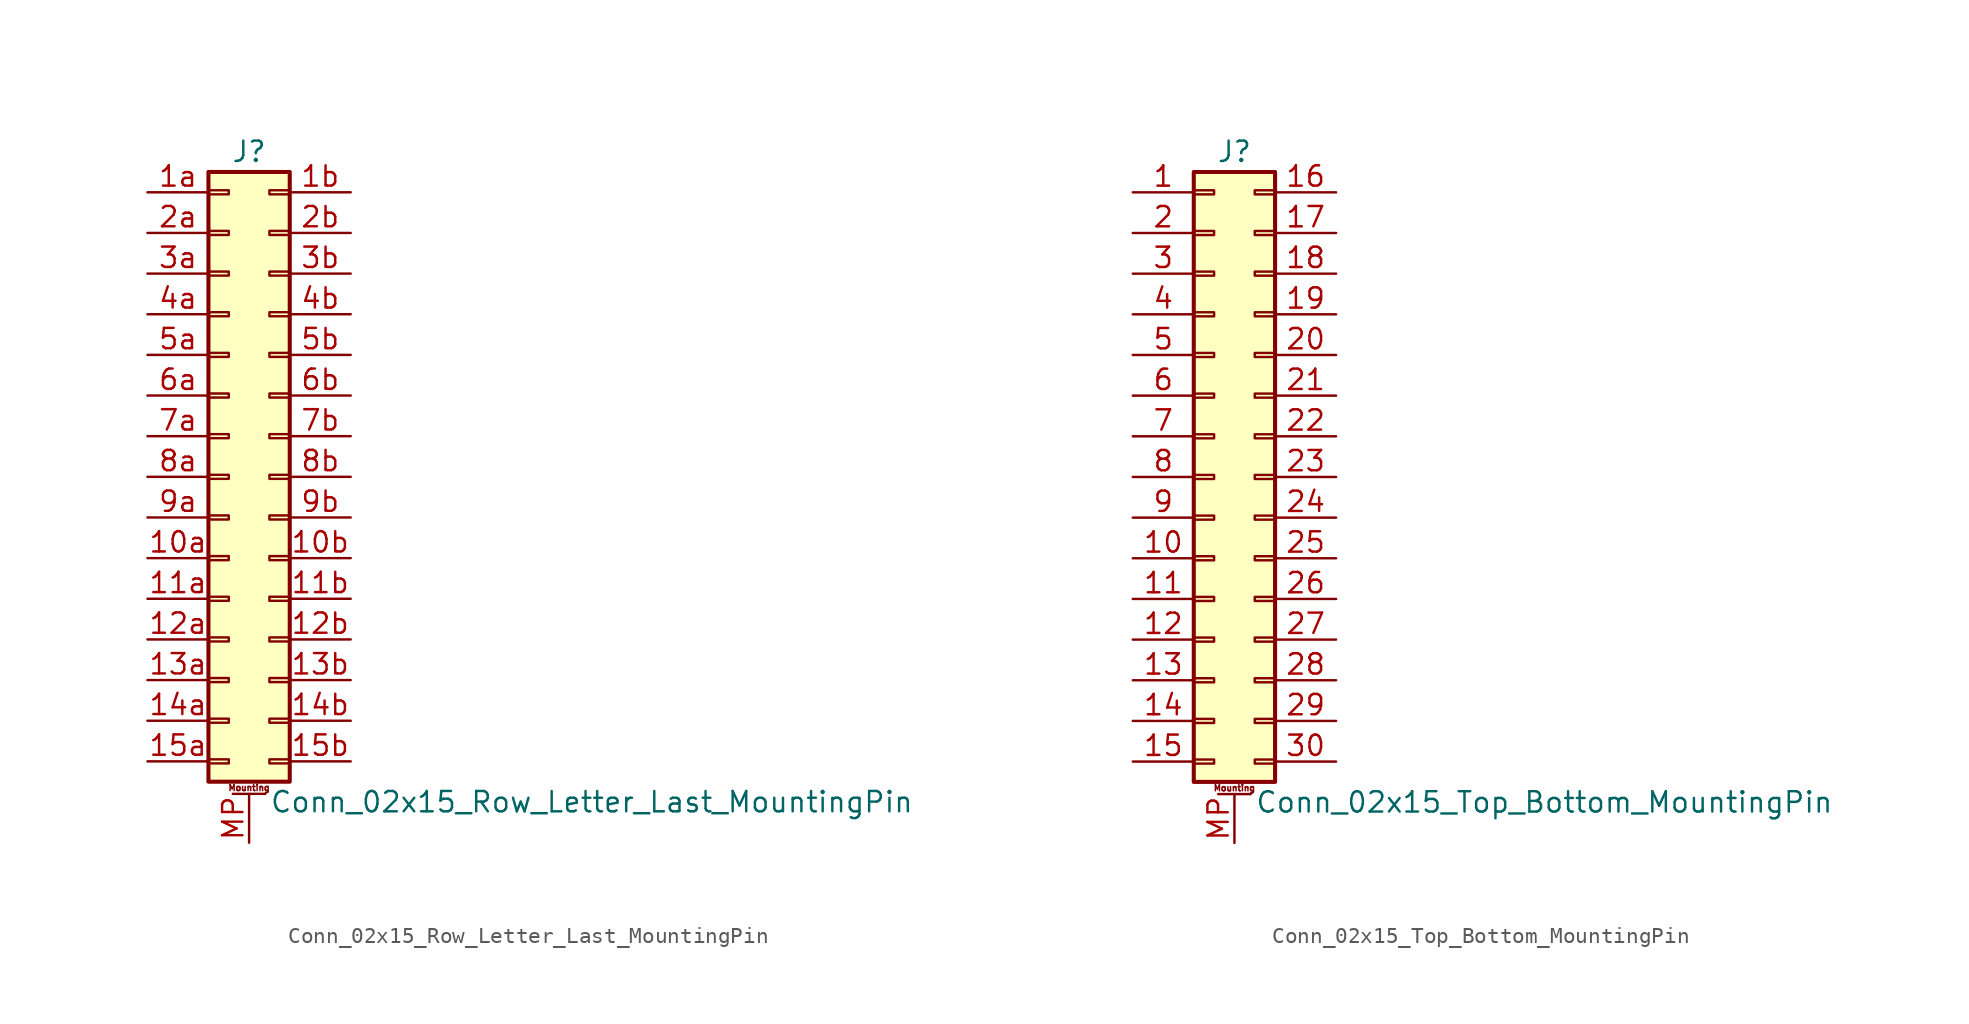
<source format=kicad_sym>
(kicad_symbol_lib
  (version 20201005)
  (generator kicad_symbol_editor)
  (symbol "Conn_02x15_Row_Letter_Last_MountingPin"
    (pin_names
      (offset 1.016) hide)
    (property "Reference" "J"
      (at 1.27 20.32 0)
      (effects (font (size 1.27 1.27))))
    (property "Value" "Conn_02x15_Row_Letter_Last_MountingPin"
      (at 2.54 -20.32 0)
      (effects (font (size 1.27 1.27)) (justify left)))
    (symbol "Conn_02x15_Row_Letter_Last_MountingPin_1_1"
      (text "Mounting" (at 1.27 -19.431 0) (effects (font (size 0.381 0.381))))
      (rectangle (start -1.27 -17.653) (end 0 -17.907) (stroke (width 0.152)) (fill (type none)))
      (rectangle (start -1.27 -15.113) (end 0 -15.367) (stroke (width 0.152)) (fill (type none)))
      (rectangle (start -1.27 -12.573) (end 0 -12.827) (stroke (width 0.152)) (fill (type none)))
      (rectangle (start -1.27 -10.033) (end 0 -10.287) (stroke (width 0.152)) (fill (type none)))
      (rectangle (start -1.27 -7.493) (end 0 -7.747) (stroke (width 0.152)) (fill (type none)))
      (rectangle (start -1.27 -4.953) (end 0 -5.207) (stroke (width 0.152)) (fill (type none)))
      (rectangle (start -1.27 -2.413) (end 0 -2.667) (stroke (width 0.152)) (fill (type none)))
      (rectangle (start -1.27 0.127) (end 0 -0.127) (stroke (width 0.152)) (fill (type none)))
      (rectangle (start -1.27 2.667) (end 0 2.413) (stroke (width 0.152)) (fill (type none)))
      (rectangle (start -1.27 5.207) (end 0 4.953) (stroke (width 0.152)) (fill (type none)))
      (rectangle (start -1.27 7.747) (end 0 7.493) (stroke (width 0.152)) (fill (type none)))
      (rectangle (start -1.27 10.287) (end 0 10.033) (stroke (width 0.152)) (fill (type none)))
      (rectangle (start -1.27 12.827) (end 0 12.573) (stroke (width 0.152)) (fill (type none)))
      (rectangle (start -1.27 15.367) (end 0 15.113) (stroke (width 0.152)) (fill (type none)))
      (rectangle (start -1.27 17.907) (end 0 17.653) (stroke (width 0.152)) (fill (type none)))
      (rectangle (start -1.27 19.05) (end 3.81 -19.05) (stroke (width 0.254)) (fill (type background)))
      (rectangle (start 3.81 -17.653) (end 2.54 -17.907) (stroke (width 0.152)) (fill (type none)))
      (rectangle (start 3.81 -15.113) (end 2.54 -15.367) (stroke (width 0.152)) (fill (type none)))
      (rectangle (start 3.81 -12.573) (end 2.54 -12.827) (stroke (width 0.152)) (fill (type none)))
      (rectangle (start 3.81 -10.033) (end 2.54 -10.287) (stroke (width 0.152)) (fill (type none)))
      (rectangle (start 3.81 -7.493) (end 2.54 -7.747) (stroke (width 0.152)) (fill (type none)))
      (rectangle (start 3.81 -4.953) (end 2.54 -5.207) (stroke (width 0.152)) (fill (type none)))
      (rectangle (start 3.81 -2.413) (end 2.54 -2.667) (stroke (width 0.152)) (fill (type none)))
      (rectangle (start 3.81 0.127) (end 2.54 -0.127) (stroke (width 0.152)) (fill (type none)))
      (rectangle (start 3.81 2.667) (end 2.54 2.413) (stroke (width 0.152)) (fill (type none)))
      (rectangle (start 3.81 5.207) (end 2.54 4.953) (stroke (width 0.152)) (fill (type none)))
      (rectangle (start 3.81 7.747) (end 2.54 7.493) (stroke (width 0.152)) (fill (type none)))
      (rectangle (start 3.81 10.287) (end 2.54 10.033) (stroke (width 0.152)) (fill (type none)))
      (rectangle (start 3.81 12.827) (end 2.54 12.573) (stroke (width 0.152)) (fill (type none)))
      (rectangle (start 3.81 15.367) (end 2.54 15.113) (stroke (width 0.152)) (fill (type none)))
      (rectangle (start 3.81 17.907) (end 2.54 17.653) (stroke (width 0.152)) (fill (type none)))
      (polyline (pts (xy 0.254 -19.812) (xy 2.286 -19.812)) (stroke (width 0.152)) (fill (type none)))
      (pin passive line (at -5.08 -5.08 0) (length 3.81) (name "Pin_10a" (effects (font (size 1.27 1.27)))) (number "10a" (effects (font (size 1.27 1.27)))))
      (pin passive line (at 7.62 -5.08 180) (length 3.81) (name "Pin_10b" (effects (font (size 1.27 1.27)))) (number "10b" (effects (font (size 1.27 1.27)))))
      (pin passive line (at -5.08 -7.62 0) (length 3.81) (name "Pin_11a" (effects (font (size 1.27 1.27)))) (number "11a" (effects (font (size 1.27 1.27)))))
      (pin passive line (at 7.62 -7.62 180) (length 3.81) (name "Pin_11b" (effects (font (size 1.27 1.27)))) (number "11b" (effects (font (size 1.27 1.27)))))
      (pin passive line (at -5.08 -10.16 0) (length 3.81) (name "Pin_12a" (effects (font (size 1.27 1.27)))) (number "12a" (effects (font (size 1.27 1.27)))))
      (pin passive line (at 7.62 -10.16 180) (length 3.81) (name "Pin_12b" (effects (font (size 1.27 1.27)))) (number "12b" (effects (font (size 1.27 1.27)))))
      (pin passive line (at -5.08 -12.7 0) (length 3.81) (name "Pin_13a" (effects (font (size 1.27 1.27)))) (number "13a" (effects (font (size 1.27 1.27)))))
      (pin passive line (at 7.62 -12.7 180) (length 3.81) (name "Pin_13b" (effects (font (size 1.27 1.27)))) (number "13b" (effects (font (size 1.27 1.27)))))
      (pin passive line (at -5.08 -15.24 0) (length 3.81) (name "Pin_14a" (effects (font (size 1.27 1.27)))) (number "14a" (effects (font (size 1.27 1.27)))))
      (pin passive line (at 7.62 -15.24 180) (length 3.81) (name "Pin_14b" (effects (font (size 1.27 1.27)))) (number "14b" (effects (font (size 1.27 1.27)))))
      (pin passive line (at -5.08 -17.78 0) (length 3.81) (name "Pin_15a" (effects (font (size 1.27 1.27)))) (number "15a" (effects (font (size 1.27 1.27)))))
      (pin passive line (at 7.62 -17.78 180) (length 3.81) (name "Pin_15b" (effects (font (size 1.27 1.27)))) (number "15b" (effects (font (size 1.27 1.27)))))
      (pin passive line (at -5.08 17.78 0) (length 3.81) (name "Pin_1a" (effects (font (size 1.27 1.27)))) (number "1a" (effects (font (size 1.27 1.27)))))
      (pin passive line (at 7.62 17.78 180) (length 3.81) (name "Pin_1b" (effects (font (size 1.27 1.27)))) (number "1b" (effects (font (size 1.27 1.27)))))
      (pin passive line (at -5.08 15.24 0) (length 3.81) (name "Pin_2a" (effects (font (size 1.27 1.27)))) (number "2a" (effects (font (size 1.27 1.27)))))
      (pin passive line (at 7.62 15.24 180) (length 3.81) (name "Pin_2b" (effects (font (size 1.27 1.27)))) (number "2b" (effects (font (size 1.27 1.27)))))
      (pin passive line (at -5.08 12.7 0) (length 3.81) (name "Pin_3a" (effects (font (size 1.27 1.27)))) (number "3a" (effects (font (size 1.27 1.27)))))
      (pin passive line (at 7.62 12.7 180) (length 3.81) (name "Pin_3b" (effects (font (size 1.27 1.27)))) (number "3b" (effects (font (size 1.27 1.27)))))
      (pin passive line (at -5.08 10.16 0) (length 3.81) (name "Pin_4a" (effects (font (size 1.27 1.27)))) (number "4a" (effects (font (size 1.27 1.27)))))
      (pin passive line (at 7.62 10.16 180) (length 3.81) (name "Pin_4b" (effects (font (size 1.27 1.27)))) (number "4b" (effects (font (size 1.27 1.27)))))
      (pin passive line (at -5.08 7.62 0) (length 3.81) (name "Pin_5a" (effects (font (size 1.27 1.27)))) (number "5a" (effects (font (size 1.27 1.27)))))
      (pin passive line (at 7.62 7.62 180) (length 3.81) (name "Pin_5b" (effects (font (size 1.27 1.27)))) (number "5b" (effects (font (size 1.27 1.27)))))
      (pin passive line (at -5.08 5.08 0) (length 3.81) (name "Pin_6a" (effects (font (size 1.27 1.27)))) (number "6a" (effects (font (size 1.27 1.27)))))
      (pin passive line (at 7.62 5.08 180) (length 3.81) (name "Pin_6b" (effects (font (size 1.27 1.27)))) (number "6b" (effects (font (size 1.27 1.27)))))
      (pin passive line (at -5.08 2.54 0) (length 3.81) (name "Pin_7a" (effects (font (size 1.27 1.27)))) (number "7a" (effects (font (size 1.27 1.27)))))
      (pin passive line (at 7.62 2.54 180) (length 3.81) (name "Pin_7b" (effects (font (size 1.27 1.27)))) (number "7b" (effects (font (size 1.27 1.27)))))
      (pin passive line (at -5.08 0 0) (length 3.81) (name "Pin_8a" (effects (font (size 1.27 1.27)))) (number "8a" (effects (font (size 1.27 1.27)))))
      (pin passive line (at 7.62 0 180) (length 3.81) (name "Pin_8b" (effects (font (size 1.27 1.27)))) (number "8b" (effects (font (size 1.27 1.27)))))
      (pin passive line (at -5.08 -2.54 0) (length 3.81) (name "Pin_9a" (effects (font (size 1.27 1.27)))) (number "9a" (effects (font (size 1.27 1.27)))))
      (pin passive line (at 7.62 -2.54 180) (length 3.81) (name "Pin_9b" (effects (font (size 1.27 1.27)))) (number "9b" (effects (font (size 1.27 1.27)))))
      (pin passive line (at 1.27 -22.86 90) (length 3.048) (name "MountPin" (effects (font (size 1.27 1.27)))) (number "MP" (effects (font (size 1.27 1.27)))))))
  (symbol "Conn_02x15_Top_Bottom_MountingPin"
    (pin_names
      (offset 1.016) hide)
    (property "Reference" "J"
      (at 1.27 20.32 0)
      (effects (font (size 1.27 1.27))))
    (property "Value" "Conn_02x15_Top_Bottom_MountingPin"
      (at 2.54 -20.32 0)
      (effects (font (size 1.27 1.27)) (justify left)))
    (symbol "Conn_02x15_Top_Bottom_MountingPin_1_1"
      (text "Mounting" (at 1.27 -19.431 0) (effects (font (size 0.381 0.381))))
      (rectangle (start -1.27 -17.653) (end 0 -17.907) (stroke (width 0.152)) (fill (type none)))
      (rectangle (start -1.27 -15.113) (end 0 -15.367) (stroke (width 0.152)) (fill (type none)))
      (rectangle (start -1.27 -12.573) (end 0 -12.827) (stroke (width 0.152)) (fill (type none)))
      (rectangle (start -1.27 -10.033) (end 0 -10.287) (stroke (width 0.152)) (fill (type none)))
      (rectangle (start -1.27 -7.493) (end 0 -7.747) (stroke (width 0.152)) (fill (type none)))
      (rectangle (start -1.27 -4.953) (end 0 -5.207) (stroke (width 0.152)) (fill (type none)))
      (rectangle (start -1.27 -2.413) (end 0 -2.667) (stroke (width 0.152)) (fill (type none)))
      (rectangle (start -1.27 0.127) (end 0 -0.127) (stroke (width 0.152)) (fill (type none)))
      (rectangle (start -1.27 2.667) (end 0 2.413) (stroke (width 0.152)) (fill (type none)))
      (rectangle (start -1.27 5.207) (end 0 4.953) (stroke (width 0.152)) (fill (type none)))
      (rectangle (start -1.27 7.747) (end 0 7.493) (stroke (width 0.152)) (fill (type none)))
      (rectangle (start -1.27 10.287) (end 0 10.033) (stroke (width 0.152)) (fill (type none)))
      (rectangle (start -1.27 12.827) (end 0 12.573) (stroke (width 0.152)) (fill (type none)))
      (rectangle (start -1.27 15.367) (end 0 15.113) (stroke (width 0.152)) (fill (type none)))
      (rectangle (start -1.27 17.907) (end 0 17.653) (stroke (width 0.152)) (fill (type none)))
      (rectangle (start -1.27 19.05) (end 3.81 -19.05) (stroke (width 0.254)) (fill (type background)))
      (rectangle (start 3.81 -17.653) (end 2.54 -17.907) (stroke (width 0.152)) (fill (type none)))
      (rectangle (start 3.81 -15.113) (end 2.54 -15.367) (stroke (width 0.152)) (fill (type none)))
      (rectangle (start 3.81 -12.573) (end 2.54 -12.827) (stroke (width 0.152)) (fill (type none)))
      (rectangle (start 3.81 -10.033) (end 2.54 -10.287) (stroke (width 0.152)) (fill (type none)))
      (rectangle (start 3.81 -7.493) (end 2.54 -7.747) (stroke (width 0.152)) (fill (type none)))
      (rectangle (start 3.81 -4.953) (end 2.54 -5.207) (stroke (width 0.152)) (fill (type none)))
      (rectangle (start 3.81 -2.413) (end 2.54 -2.667) (stroke (width 0.152)) (fill (type none)))
      (rectangle (start 3.81 0.127) (end 2.54 -0.127) (stroke (width 0.152)) (fill (type none)))
      (rectangle (start 3.81 2.667) (end 2.54 2.413) (stroke (width 0.152)) (fill (type none)))
      (rectangle (start 3.81 5.207) (end 2.54 4.953) (stroke (width 0.152)) (fill (type none)))
      (rectangle (start 3.81 7.747) (end 2.54 7.493) (stroke (width 0.152)) (fill (type none)))
      (rectangle (start 3.81 10.287) (end 2.54 10.033) (stroke (width 0.152)) (fill (type none)))
      (rectangle (start 3.81 12.827) (end 2.54 12.573) (stroke (width 0.152)) (fill (type none)))
      (rectangle (start 3.81 15.367) (end 2.54 15.113) (stroke (width 0.152)) (fill (type none)))
      (rectangle (start 3.81 17.907) (end 2.54 17.653) (stroke (width 0.152)) (fill (type none)))
      (polyline (pts (xy 0.254 -19.812) (xy 2.286 -19.812)) (stroke (width 0.152)) (fill (type none)))
      (pin passive line (at -5.08 17.78 0) (length 3.81) (name "Pin_1" (effects (font (size 1.27 1.27)))) (number "1" (effects (font (size 1.27 1.27)))))
      (pin passive line (at -5.08 -5.08 0) (length 3.81) (name "Pin_10" (effects (font (size 1.27 1.27)))) (number "10" (effects (font (size 1.27 1.27)))))
      (pin passive line (at -5.08 -7.62 0) (length 3.81) (name "Pin_11" (effects (font (size 1.27 1.27)))) (number "11" (effects (font (size 1.27 1.27)))))
      (pin passive line (at -5.08 -10.16 0) (length 3.81) (name "Pin_12" (effects (font (size 1.27 1.27)))) (number "12" (effects (font (size 1.27 1.27)))))
      (pin passive line (at -5.08 -12.7 0) (length 3.81) (name "Pin_13" (effects (font (size 1.27 1.27)))) (number "13" (effects (font (size 1.27 1.27)))))
      (pin passive line (at -5.08 -15.24 0) (length 3.81) (name "Pin_14" (effects (font (size 1.27 1.27)))) (number "14" (effects (font (size 1.27 1.27)))))
      (pin passive line (at -5.08 -17.78 0) (length 3.81) (name "Pin_15" (effects (font (size 1.27 1.27)))) (number "15" (effects (font (size 1.27 1.27)))))
      (pin passive line (at 7.62 17.78 180) (length 3.81) (name "Pin_16" (effects (font (size 1.27 1.27)))) (number "16" (effects (font (size 1.27 1.27)))))
      (pin passive line (at 7.62 15.24 180) (length 3.81) (name "Pin_17" (effects (font (size 1.27 1.27)))) (number "17" (effects (font (size 1.27 1.27)))))
      (pin passive line (at 7.62 12.7 180) (length 3.81) (name "Pin_18" (effects (font (size 1.27 1.27)))) (number "18" (effects (font (size 1.27 1.27)))))
      (pin passive line (at 7.62 10.16 180) (length 3.81) (name "Pin_19" (effects (font (size 1.27 1.27)))) (number "19" (effects (font (size 1.27 1.27)))))
      (pin passive line (at -5.08 15.24 0) (length 3.81) (name "Pin_2" (effects (font (size 1.27 1.27)))) (number "2" (effects (font (size 1.27 1.27)))))
      (pin passive line (at 7.62 7.62 180) (length 3.81) (name "Pin_20" (effects (font (size 1.27 1.27)))) (number "20" (effects (font (size 1.27 1.27)))))
      (pin passive line (at 7.62 5.08 180) (length 3.81) (name "Pin_21" (effects (font (size 1.27 1.27)))) (number "21" (effects (font (size 1.27 1.27)))))
      (pin passive line (at 7.62 2.54 180) (length 3.81) (name "Pin_22" (effects (font (size 1.27 1.27)))) (number "22" (effects (font (size 1.27 1.27)))))
      (pin passive line (at 7.62 0 180) (length 3.81) (name "Pin_23" (effects (font (size 1.27 1.27)))) (number "23" (effects (font (size 1.27 1.27)))))
      (pin passive line (at 7.62 -2.54 180) (length 3.81) (name "Pin_24" (effects (font (size 1.27 1.27)))) (number "24" (effects (font (size 1.27 1.27)))))
      (pin passive line (at 7.62 -5.08 180) (length 3.81) (name "Pin_25" (effects (font (size 1.27 1.27)))) (number "25" (effects (font (size 1.27 1.27)))))
      (pin passive line (at 7.62 -7.62 180) (length 3.81) (name "Pin_26" (effects (font (size 1.27 1.27)))) (number "26" (effects (font (size 1.27 1.27)))))
      (pin passive line (at 7.62 -10.16 180) (length 3.81) (name "Pin_27" (effects (font (size 1.27 1.27)))) (number "27" (effects (font (size 1.27 1.27)))))
      (pin passive line (at 7.62 -12.7 180) (length 3.81) (name "Pin_28" (effects (font (size 1.27 1.27)))) (number "28" (effects (font (size 1.27 1.27)))))
      (pin passive line (at 7.62 -15.24 180) (length 3.81) (name "Pin_29" (effects (font (size 1.27 1.27)))) (number "29" (effects (font (size 1.27 1.27)))))
      (pin passive line (at -5.08 12.7 0) (length 3.81) (name "Pin_3" (effects (font (size 1.27 1.27)))) (number "3" (effects (font (size 1.27 1.27)))))
      (pin passive line (at 7.62 -17.78 180) (length 3.81) (name "Pin_30" (effects (font (size 1.27 1.27)))) (number "30" (effects (font (size 1.27 1.27)))))
      (pin passive line (at -5.08 10.16 0) (length 3.81) (name "Pin_4" (effects (font (size 1.27 1.27)))) (number "4" (effects (font (size 1.27 1.27)))))
      (pin passive line (at -5.08 7.62 0) (length 3.81) (name "Pin_5" (effects (font (size 1.27 1.27)))) (number "5" (effects (font (size 1.27 1.27)))))
      (pin passive line (at -5.08 5.08 0) (length 3.81) (name "Pin_6" (effects (font (size 1.27 1.27)))) (number "6" (effects (font (size 1.27 1.27)))))
      (pin passive line (at -5.08 2.54 0) (length 3.81) (name "Pin_7" (effects (font (size 1.27 1.27)))) (number "7" (effects (font (size 1.27 1.27)))))
      (pin passive line (at -5.08 0 0) (length 3.81) (name "Pin_8" (effects (font (size 1.27 1.27)))) (number "8" (effects (font (size 1.27 1.27)))))
      (pin passive line (at -5.08 -2.54 0) (length 3.81) (name "Pin_9" (effects (font (size 1.27 1.27)))) (number "9" (effects (font (size 1.27 1.27)))))
      (pin passive line (at 1.27 -22.86 90) (length 3.048) (name "MountPin" (effects (font (size 1.27 1.27)))) (number "MP" (effects (font (size 1.27 1.27))))))))
</source>
